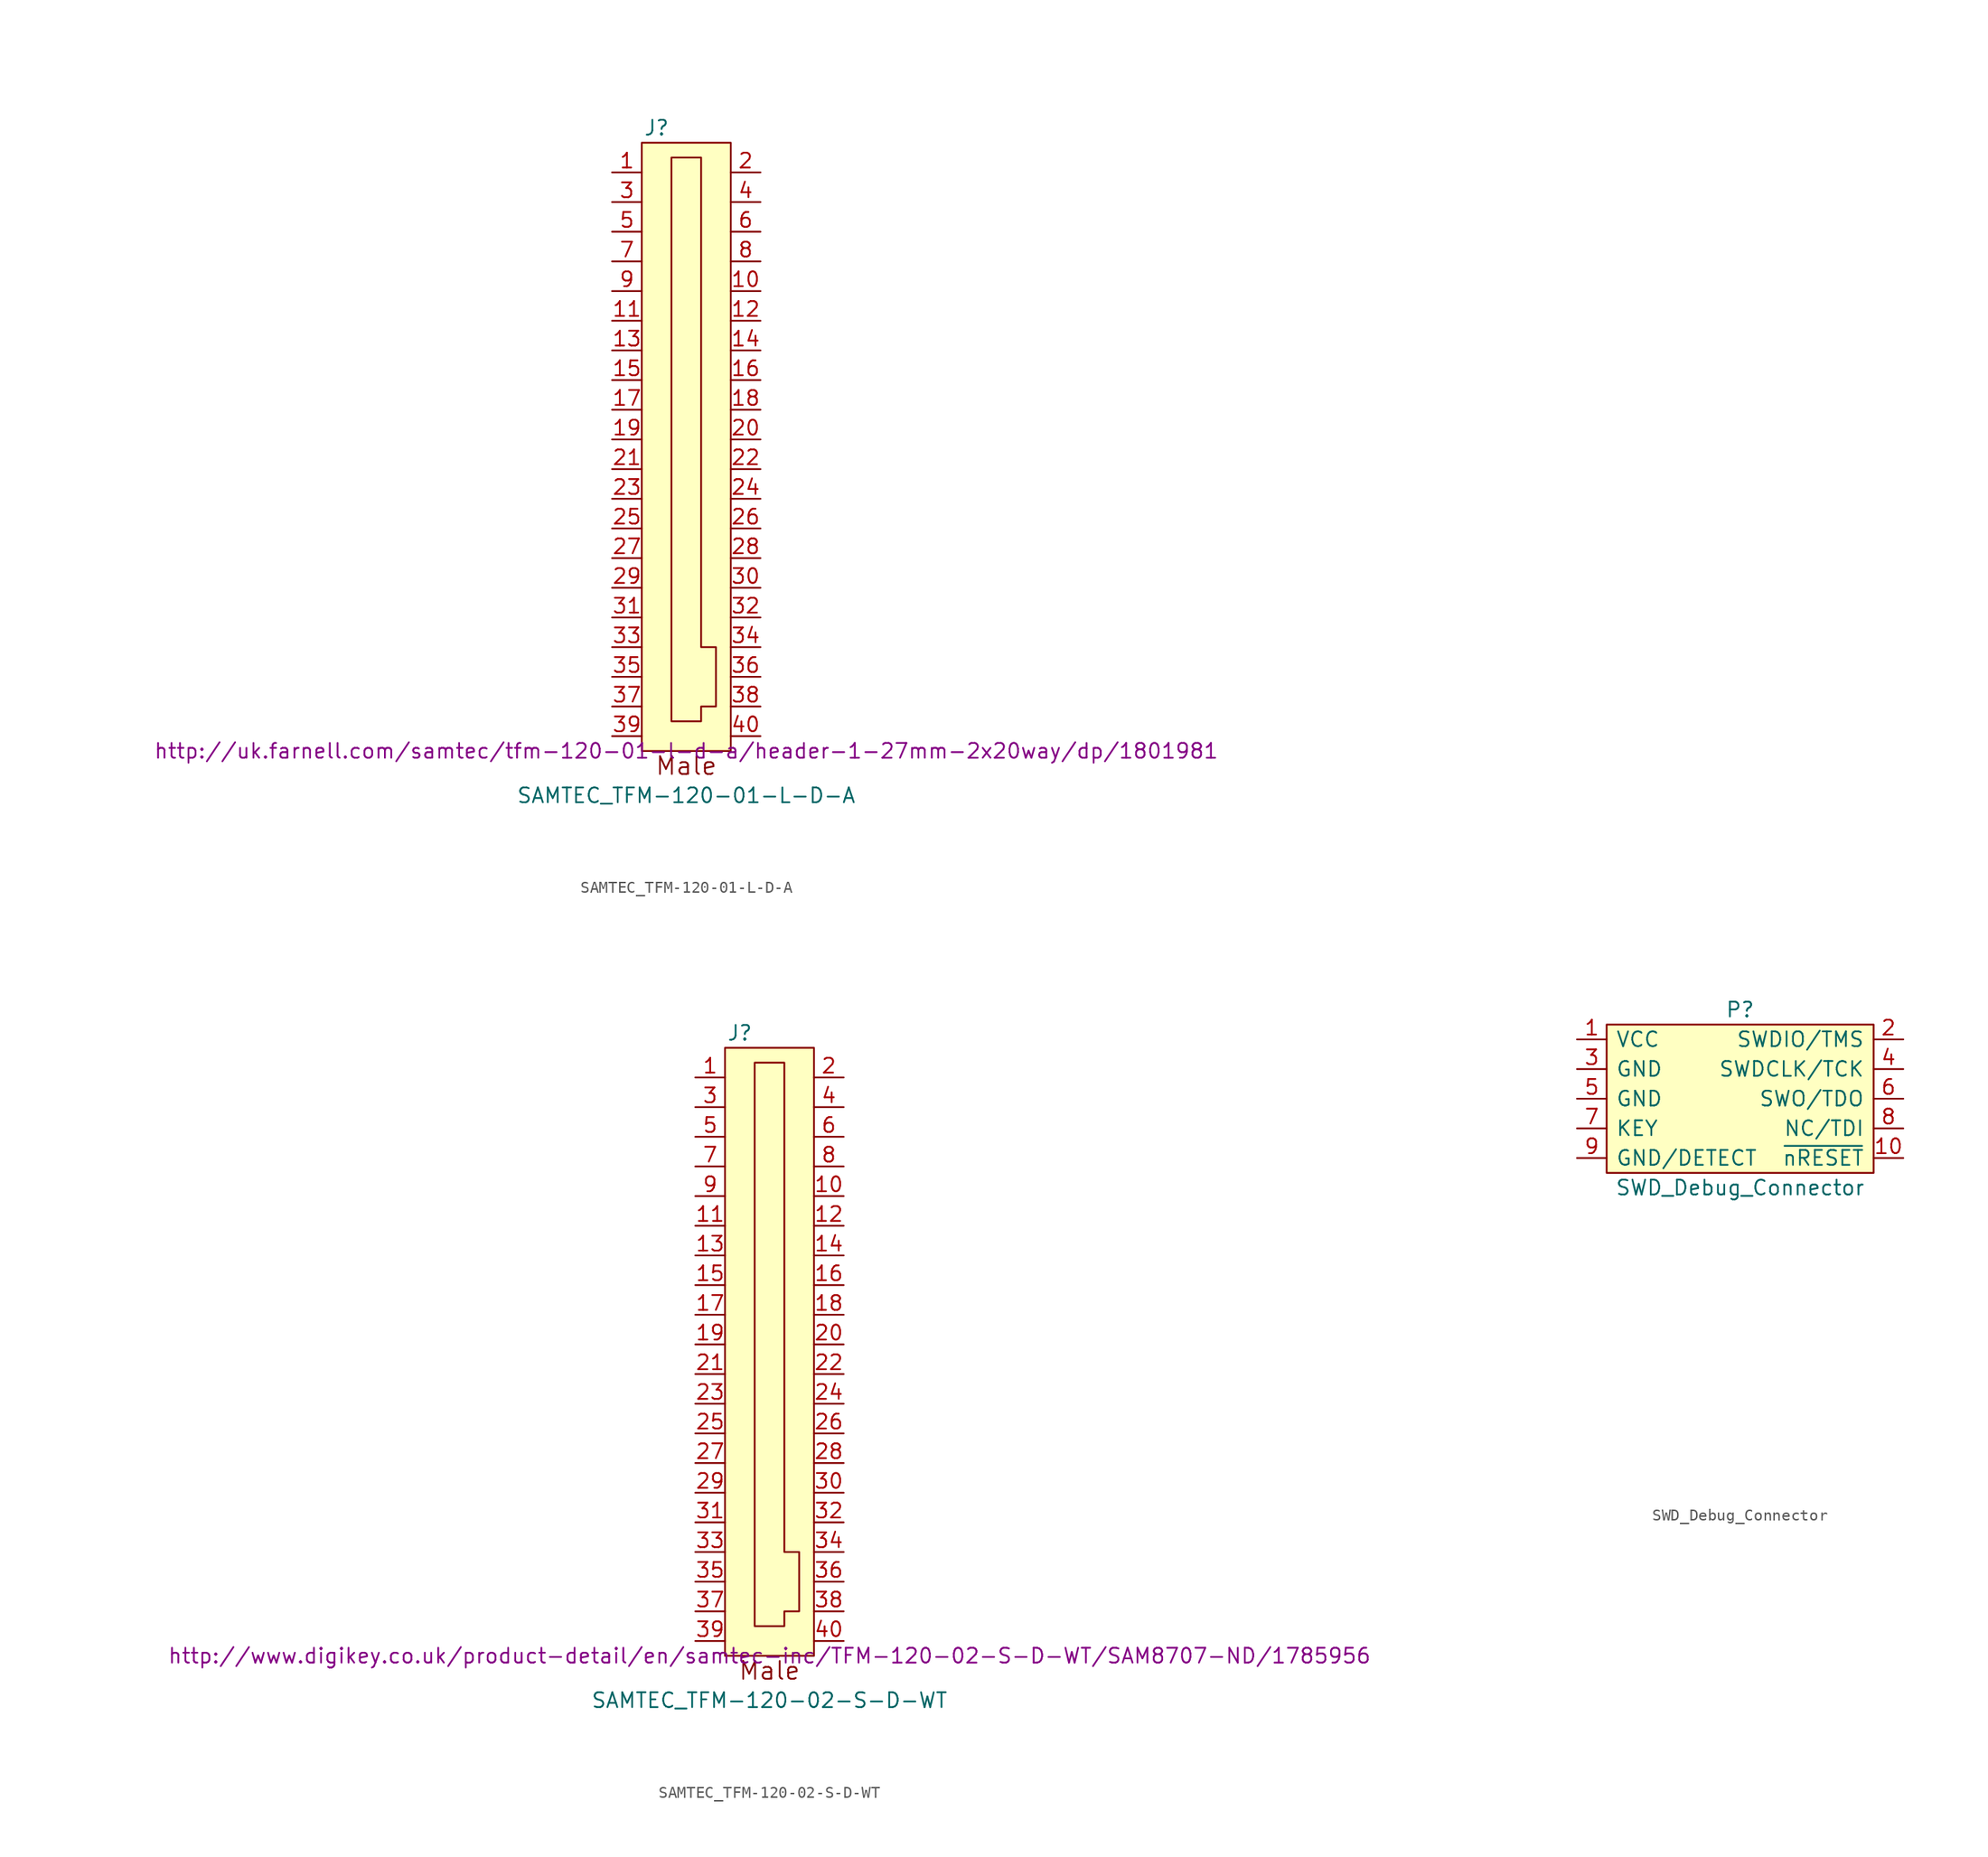
<source format=kicad_sym>
(kicad_symbol_lib
  (version 20220914)
  (generator kicad_symbol_editor)
  (symbol "SAMTEC_TFM-120-01-L-D-A"
    (pin_names
      (offset 0.762))
    (property "Reference" "J"
      (at -2.54 27.94 0)
      (effects (font (size 1.27 1.27))))
    (property "Value" "SAMTEC_TFM-120-01-L-D-A"
      (at 0 -29.21 0)
      (effects (font (size 1.27 1.27))))
    (property "Footprint" ""
      (at 0 -25.4 0)
      (effects (font (size 1.27 1.27))))
    (property "Datasheet" "http://uk.farnell.com/samtec/tfm-120-01-l-d-a/header-1-27mm-2x20way/dp/1801981"
      (at 0 -25.4 0)
      (effects (font (size 1.27 1.27))))
    (symbol "SAMTEC_TFM-120-01-L-D-A_0_0"
      (text "Male" (at 0 -26.67 0) (effects (font (size 1.524 1.524)))))
    (symbol "SAMTEC_TFM-120-01-L-D-A_0_1"
      (rectangle (start -3.81 26.67) (end 3.81 -25.4) (stroke (width 0) (type solid)) (fill (type background)))
      (polyline (pts (xy -1.27 -22.86) (xy 1.27 -22.86) (xy 1.27 -21.59) (xy 2.54 -21.59) (xy 2.54 -16.51) (xy 1.27 -16.51) (xy 1.27 25.4) (xy -1.27 25.4) (xy -1.27 -22.86)) (stroke (width 0) (type solid)) (fill (type none))))
    (symbol "SAMTEC_TFM-120-01-L-D-A_1_1"
      (pin passive line (at -6.35 24.13 0) (length 2.54) (name "~" (effects (font (size 1.27 1.27)))) (number "1" (effects (font (size 1.27 1.27)))))
      (pin passive line (at 6.35 13.97 180) (length 2.54) (name "~" (effects (font (size 1.27 1.27)))) (number "10" (effects (font (size 1.27 1.27)))))
      (pin passive line (at -6.35 11.43 0) (length 2.54) (name "~" (effects (font (size 1.27 1.27)))) (number "11" (effects (font (size 1.27 1.27)))))
      (pin passive line (at 6.35 11.43 180) (length 2.54) (name "~" (effects (font (size 1.27 1.27)))) (number "12" (effects (font (size 1.27 1.27)))))
      (pin passive line (at -6.35 8.89 0) (length 2.54) (name "~" (effects (font (size 1.27 1.27)))) (number "13" (effects (font (size 1.27 1.27)))))
      (pin passive line (at 6.35 8.89 180) (length 2.54) (name "~" (effects (font (size 1.27 1.27)))) (number "14" (effects (font (size 1.27 1.27)))))
      (pin passive line (at -6.35 6.35 0) (length 2.54) (name "~" (effects (font (size 1.27 1.27)))) (number "15" (effects (font (size 1.27 1.27)))))
      (pin passive line (at 6.35 6.35 180) (length 2.54) (name "~" (effects (font (size 1.27 1.27)))) (number "16" (effects (font (size 1.27 1.27)))))
      (pin passive line (at -6.35 3.81 0) (length 2.54) (name "~" (effects (font (size 1.27 1.27)))) (number "17" (effects (font (size 1.27 1.27)))))
      (pin passive line (at 6.35 3.81 180) (length 2.54) (name "~" (effects (font (size 1.27 1.27)))) (number "18" (effects (font (size 1.27 1.27)))))
      (pin passive line (at -6.35 1.27 0) (length 2.54) (name "~" (effects (font (size 1.27 1.27)))) (number "19" (effects (font (size 1.27 1.27)))))
      (pin passive line (at 6.35 24.13 180) (length 2.54) (name "~" (effects (font (size 1.27 1.27)))) (number "2" (effects (font (size 1.27 1.27)))))
      (pin passive line (at 6.35 1.27 180) (length 2.54) (name "~" (effects (font (size 1.27 1.27)))) (number "20" (effects (font (size 1.27 1.27)))))
      (pin passive line (at -6.35 -1.27 0) (length 2.54) (name "~" (effects (font (size 1.27 1.27)))) (number "21" (effects (font (size 1.27 1.27)))))
      (pin passive line (at 6.35 -1.27 180) (length 2.54) (name "~" (effects (font (size 1.27 1.27)))) (number "22" (effects (font (size 1.27 1.27)))))
      (pin passive line (at -6.35 -3.81 0) (length 2.54) (name "~" (effects (font (size 1.27 1.27)))) (number "23" (effects (font (size 1.27 1.27)))))
      (pin passive line (at 6.35 -3.81 180) (length 2.54) (name "~" (effects (font (size 1.27 1.27)))) (number "24" (effects (font (size 1.27 1.27)))))
      (pin passive line (at -6.35 -6.35 0) (length 2.54) (name "~" (effects (font (size 1.27 1.27)))) (number "25" (effects (font (size 1.27 1.27)))))
      (pin passive line (at 6.35 -6.35 180) (length 2.54) (name "~" (effects (font (size 1.27 1.27)))) (number "26" (effects (font (size 1.27 1.27)))))
      (pin passive line (at -6.35 -8.89 0) (length 2.54) (name "~" (effects (font (size 1.27 1.27)))) (number "27" (effects (font (size 1.27 1.27)))))
      (pin passive line (at 6.35 -8.89 180) (length 2.54) (name "~" (effects (font (size 1.27 1.27)))) (number "28" (effects (font (size 1.27 1.27)))))
      (pin passive line (at -6.35 -11.43 0) (length 2.54) (name "~" (effects (font (size 1.27 1.27)))) (number "29" (effects (font (size 1.27 1.27)))))
      (pin passive line (at -6.35 21.59 0) (length 2.54) (name "~" (effects (font (size 1.27 1.27)))) (number "3" (effects (font (size 1.27 1.27)))))
      (pin passive line (at 6.35 -11.43 180) (length 2.54) (name "~" (effects (font (size 1.27 1.27)))) (number "30" (effects (font (size 1.27 1.27)))))
      (pin passive line (at -6.35 -13.97 0) (length 2.54) (name "~" (effects (font (size 1.27 1.27)))) (number "31" (effects (font (size 1.27 1.27)))))
      (pin passive line (at 6.35 -13.97 180) (length 2.54) (name "~" (effects (font (size 1.27 1.27)))) (number "32" (effects (font (size 1.27 1.27)))))
      (pin passive line (at -6.35 -16.51 0) (length 2.54) (name "~" (effects (font (size 1.27 1.27)))) (number "33" (effects (font (size 1.27 1.27)))))
      (pin passive line (at 6.35 -16.51 180) (length 2.54) (name "~" (effects (font (size 1.27 1.27)))) (number "34" (effects (font (size 1.27 1.27)))))
      (pin passive line (at -6.35 -19.05 0) (length 2.54) (name "~" (effects (font (size 1.27 1.27)))) (number "35" (effects (font (size 1.27 1.27)))))
      (pin passive line (at 6.35 -19.05 180) (length 2.54) (name "~" (effects (font (size 1.27 1.27)))) (number "36" (effects (font (size 1.27 1.27)))))
      (pin passive line (at -6.35 -21.59 0) (length 2.54) (name "~" (effects (font (size 1.27 1.27)))) (number "37" (effects (font (size 1.27 1.27)))))
      (pin passive line (at 6.35 -21.59 180) (length 2.54) (name "~" (effects (font (size 1.27 1.27)))) (number "38" (effects (font (size 1.27 1.27)))))
      (pin passive line (at -6.35 -24.13 0) (length 2.54) (name "~" (effects (font (size 1.27 1.27)))) (number "39" (effects (font (size 1.27 1.27)))))
      (pin passive line (at 6.35 21.59 180) (length 2.54) (name "~" (effects (font (size 1.27 1.27)))) (number "4" (effects (font (size 1.27 1.27)))))
      (pin passive line (at 6.35 -24.13 180) (length 2.54) (name "~" (effects (font (size 1.27 1.27)))) (number "40" (effects (font (size 1.27 1.27)))))
      (pin passive line (at -6.35 19.05 0) (length 2.54) (name "~" (effects (font (size 1.27 1.27)))) (number "5" (effects (font (size 1.27 1.27)))))
      (pin passive line (at 6.35 19.05 180) (length 2.54) (name "~" (effects (font (size 1.27 1.27)))) (number "6" (effects (font (size 1.27 1.27)))))
      (pin passive line (at -6.35 16.51 0) (length 2.54) (name "~" (effects (font (size 1.27 1.27)))) (number "7" (effects (font (size 1.27 1.27)))))
      (pin passive line (at 6.35 16.51 180) (length 2.54) (name "~" (effects (font (size 1.27 1.27)))) (number "8" (effects (font (size 1.27 1.27)))))
      (pin passive line (at -6.35 13.97 0) (length 2.54) (name "~" (effects (font (size 1.27 1.27)))) (number "9" (effects (font (size 1.27 1.27)))))))
  (symbol "SAMTEC_TFM-120-02-S-D-WT"
    (pin_names
      (offset 0.762))
    (property "Reference" "J"
      (at -2.54 27.94 0)
      (effects (font (size 1.27 1.27))))
    (property "Value" "SAMTEC_TFM-120-02-S-D-WT"
      (at 0 -29.21 0)
      (effects (font (size 1.27 1.27))))
    (property "Footprint" ""
      (at 0 -25.4 0)
      (effects (font (size 1.27 1.27))))
    (property "Datasheet" "http://www.digikey.co.uk/product-detail/en/samtec-inc/TFM-120-02-S-D-WT/SAM8707-ND/1785956"
      (at 0 -25.4 0)
      (effects (font (size 1.27 1.27))))
    (symbol "SAMTEC_TFM-120-02-S-D-WT_0_0"
      (text "Male" (at 0 -26.67 0) (effects (font (size 1.524 1.524)))))
    (symbol "SAMTEC_TFM-120-02-S-D-WT_0_1"
      (rectangle (start -3.81 26.67) (end 3.81 -25.4) (stroke (width 0) (type solid)) (fill (type background)))
      (polyline (pts (xy -1.27 -22.86) (xy 1.27 -22.86) (xy 1.27 -21.59) (xy 2.54 -21.59) (xy 2.54 -16.51) (xy 1.27 -16.51) (xy 1.27 25.4) (xy -1.27 25.4) (xy -1.27 -22.86)) (stroke (width 0) (type solid)) (fill (type none))))
    (symbol "SAMTEC_TFM-120-02-S-D-WT_1_1"
      (pin passive line (at -6.35 24.13 0) (length 2.54) (name "~" (effects (font (size 1.27 1.27)))) (number "1" (effects (font (size 1.27 1.27)))))
      (pin passive line (at 6.35 13.97 180) (length 2.54) (name "~" (effects (font (size 1.27 1.27)))) (number "10" (effects (font (size 1.27 1.27)))))
      (pin passive line (at -6.35 11.43 0) (length 2.54) (name "~" (effects (font (size 1.27 1.27)))) (number "11" (effects (font (size 1.27 1.27)))))
      (pin passive line (at 6.35 11.43 180) (length 2.54) (name "~" (effects (font (size 1.27 1.27)))) (number "12" (effects (font (size 1.27 1.27)))))
      (pin passive line (at -6.35 8.89 0) (length 2.54) (name "~" (effects (font (size 1.27 1.27)))) (number "13" (effects (font (size 1.27 1.27)))))
      (pin passive line (at 6.35 8.89 180) (length 2.54) (name "~" (effects (font (size 1.27 1.27)))) (number "14" (effects (font (size 1.27 1.27)))))
      (pin passive line (at -6.35 6.35 0) (length 2.54) (name "~" (effects (font (size 1.27 1.27)))) (number "15" (effects (font (size 1.27 1.27)))))
      (pin passive line (at 6.35 6.35 180) (length 2.54) (name "~" (effects (font (size 1.27 1.27)))) (number "16" (effects (font (size 1.27 1.27)))))
      (pin passive line (at -6.35 3.81 0) (length 2.54) (name "~" (effects (font (size 1.27 1.27)))) (number "17" (effects (font (size 1.27 1.27)))))
      (pin passive line (at 6.35 3.81 180) (length 2.54) (name "~" (effects (font (size 1.27 1.27)))) (number "18" (effects (font (size 1.27 1.27)))))
      (pin passive line (at -6.35 1.27 0) (length 2.54) (name "~" (effects (font (size 1.27 1.27)))) (number "19" (effects (font (size 1.27 1.27)))))
      (pin passive line (at 6.35 24.13 180) (length 2.54) (name "~" (effects (font (size 1.27 1.27)))) (number "2" (effects (font (size 1.27 1.27)))))
      (pin passive line (at 6.35 1.27 180) (length 2.54) (name "~" (effects (font (size 1.27 1.27)))) (number "20" (effects (font (size 1.27 1.27)))))
      (pin passive line (at -6.35 -1.27 0) (length 2.54) (name "~" (effects (font (size 1.27 1.27)))) (number "21" (effects (font (size 1.27 1.27)))))
      (pin passive line (at 6.35 -1.27 180) (length 2.54) (name "~" (effects (font (size 1.27 1.27)))) (number "22" (effects (font (size 1.27 1.27)))))
      (pin passive line (at -6.35 -3.81 0) (length 2.54) (name "~" (effects (font (size 1.27 1.27)))) (number "23" (effects (font (size 1.27 1.27)))))
      (pin passive line (at 6.35 -3.81 180) (length 2.54) (name "~" (effects (font (size 1.27 1.27)))) (number "24" (effects (font (size 1.27 1.27)))))
      (pin passive line (at -6.35 -6.35 0) (length 2.54) (name "~" (effects (font (size 1.27 1.27)))) (number "25" (effects (font (size 1.27 1.27)))))
      (pin passive line (at 6.35 -6.35 180) (length 2.54) (name "~" (effects (font (size 1.27 1.27)))) (number "26" (effects (font (size 1.27 1.27)))))
      (pin passive line (at -6.35 -8.89 0) (length 2.54) (name "~" (effects (font (size 1.27 1.27)))) (number "27" (effects (font (size 1.27 1.27)))))
      (pin passive line (at 6.35 -8.89 180) (length 2.54) (name "~" (effects (font (size 1.27 1.27)))) (number "28" (effects (font (size 1.27 1.27)))))
      (pin passive line (at -6.35 -11.43 0) (length 2.54) (name "~" (effects (font (size 1.27 1.27)))) (number "29" (effects (font (size 1.27 1.27)))))
      (pin passive line (at -6.35 21.59 0) (length 2.54) (name "~" (effects (font (size 1.27 1.27)))) (number "3" (effects (font (size 1.27 1.27)))))
      (pin passive line (at 6.35 -11.43 180) (length 2.54) (name "~" (effects (font (size 1.27 1.27)))) (number "30" (effects (font (size 1.27 1.27)))))
      (pin passive line (at -6.35 -13.97 0) (length 2.54) (name "~" (effects (font (size 1.27 1.27)))) (number "31" (effects (font (size 1.27 1.27)))))
      (pin passive line (at 6.35 -13.97 180) (length 2.54) (name "~" (effects (font (size 1.27 1.27)))) (number "32" (effects (font (size 1.27 1.27)))))
      (pin passive line (at -6.35 -16.51 0) (length 2.54) (name "~" (effects (font (size 1.27 1.27)))) (number "33" (effects (font (size 1.27 1.27)))))
      (pin passive line (at 6.35 -16.51 180) (length 2.54) (name "~" (effects (font (size 1.27 1.27)))) (number "34" (effects (font (size 1.27 1.27)))))
      (pin passive line (at -6.35 -19.05 0) (length 2.54) (name "~" (effects (font (size 1.27 1.27)))) (number "35" (effects (font (size 1.27 1.27)))))
      (pin passive line (at 6.35 -19.05 180) (length 2.54) (name "~" (effects (font (size 1.27 1.27)))) (number "36" (effects (font (size 1.27 1.27)))))
      (pin passive line (at -6.35 -21.59 0) (length 2.54) (name "~" (effects (font (size 1.27 1.27)))) (number "37" (effects (font (size 1.27 1.27)))))
      (pin passive line (at 6.35 -21.59 180) (length 2.54) (name "~" (effects (font (size 1.27 1.27)))) (number "38" (effects (font (size 1.27 1.27)))))
      (pin passive line (at -6.35 -24.13 0) (length 2.54) (name "~" (effects (font (size 1.27 1.27)))) (number "39" (effects (font (size 1.27 1.27)))))
      (pin passive line (at 6.35 21.59 180) (length 2.54) (name "~" (effects (font (size 1.27 1.27)))) (number "4" (effects (font (size 1.27 1.27)))))
      (pin passive line (at 6.35 -24.13 180) (length 2.54) (name "~" (effects (font (size 1.27 1.27)))) (number "40" (effects (font (size 1.27 1.27)))))
      (pin passive line (at -6.35 19.05 0) (length 2.54) (name "~" (effects (font (size 1.27 1.27)))) (number "5" (effects (font (size 1.27 1.27)))))
      (pin passive line (at 6.35 19.05 180) (length 2.54) (name "~" (effects (font (size 1.27 1.27)))) (number "6" (effects (font (size 1.27 1.27)))))
      (pin passive line (at -6.35 16.51 0) (length 2.54) (name "~" (effects (font (size 1.27 1.27)))) (number "7" (effects (font (size 1.27 1.27)))))
      (pin passive line (at 6.35 16.51 180) (length 2.54) (name "~" (effects (font (size 1.27 1.27)))) (number "8" (effects (font (size 1.27 1.27)))))
      (pin passive line (at -6.35 13.97 0) (length 2.54) (name "~" (effects (font (size 1.27 1.27)))) (number "9" (effects (font (size 1.27 1.27)))))))
  (symbol "SWD_Debug_Connector"
    (pin_names
      (offset 0.762))
    (property "Reference" "P"
      (at 0 7.62 0)
      (effects (font (size 1.27 1.27))))
    (property "Value" "SWD_Debug_Connector"
      (at 0 -7.62 0)
      (effects (font (size 1.27 1.27))))
    (property "Footprint" ""
      (at 0 -30.48 0)
      (effects (font (size 1.27 1.27))))
    (property "Datasheet" ""
      (at 0 -30.48 0)
      (effects (font (size 1.27 1.27))))
    (symbol "SWD_Debug_Connector_0_1"
      (rectangle (start -11.43 6.35) (end 11.43 -6.35) (stroke (width 0) (type solid)) (fill (type background))))
    (symbol "SWD_Debug_Connector_1_1"
      (pin passive line (at -13.97 5.08 0) (length 2.54) (name "VCC" (effects (font (size 1.27 1.27)))) (number "1" (effects (font (size 1.27 1.27)))))
      (pin passive line (at 13.97 -5.08 180) (length 2.54) (name "~{nRESET}" (effects (font (size 1.27 1.27)))) (number "10" (effects (font (size 1.27 1.27)))))
      (pin passive line (at 13.97 5.08 180) (length 2.54) (name "SWDIO/TMS" (effects (font (size 1.27 1.27)))) (number "2" (effects (font (size 1.27 1.27)))))
      (pin passive line (at -13.97 2.54 0) (length 2.54) (name "GND" (effects (font (size 1.27 1.27)))) (number "3" (effects (font (size 1.27 1.27)))))
      (pin passive line (at 13.97 2.54 180) (length 2.54) (name "SWDCLK/TCK" (effects (font (size 1.27 1.27)))) (number "4" (effects (font (size 1.27 1.27)))))
      (pin passive line (at -13.97 0 0) (length 2.54) (name "GND" (effects (font (size 1.27 1.27)))) (number "5" (effects (font (size 1.27 1.27)))))
      (pin passive line (at 13.97 0 180) (length 2.54) (name "SWO/TDO" (effects (font (size 1.27 1.27)))) (number "6" (effects (font (size 1.27 1.27)))))
      (pin passive line (at -13.97 -2.54 0) (length 2.54) (name "KEY" (effects (font (size 1.27 1.27)))) (number "7" (effects (font (size 1.27 1.27)))))
      (pin passive line (at 13.97 -2.54 180) (length 2.54) (name "NC/TDI" (effects (font (size 1.27 1.27)))) (number "8" (effects (font (size 1.27 1.27)))))
      (pin passive line (at -13.97 -5.08 0) (length 2.54) (name "GND/DETECT" (effects (font (size 1.27 1.27)))) (number "9" (effects (font (size 1.27 1.27))))))))
</source>
